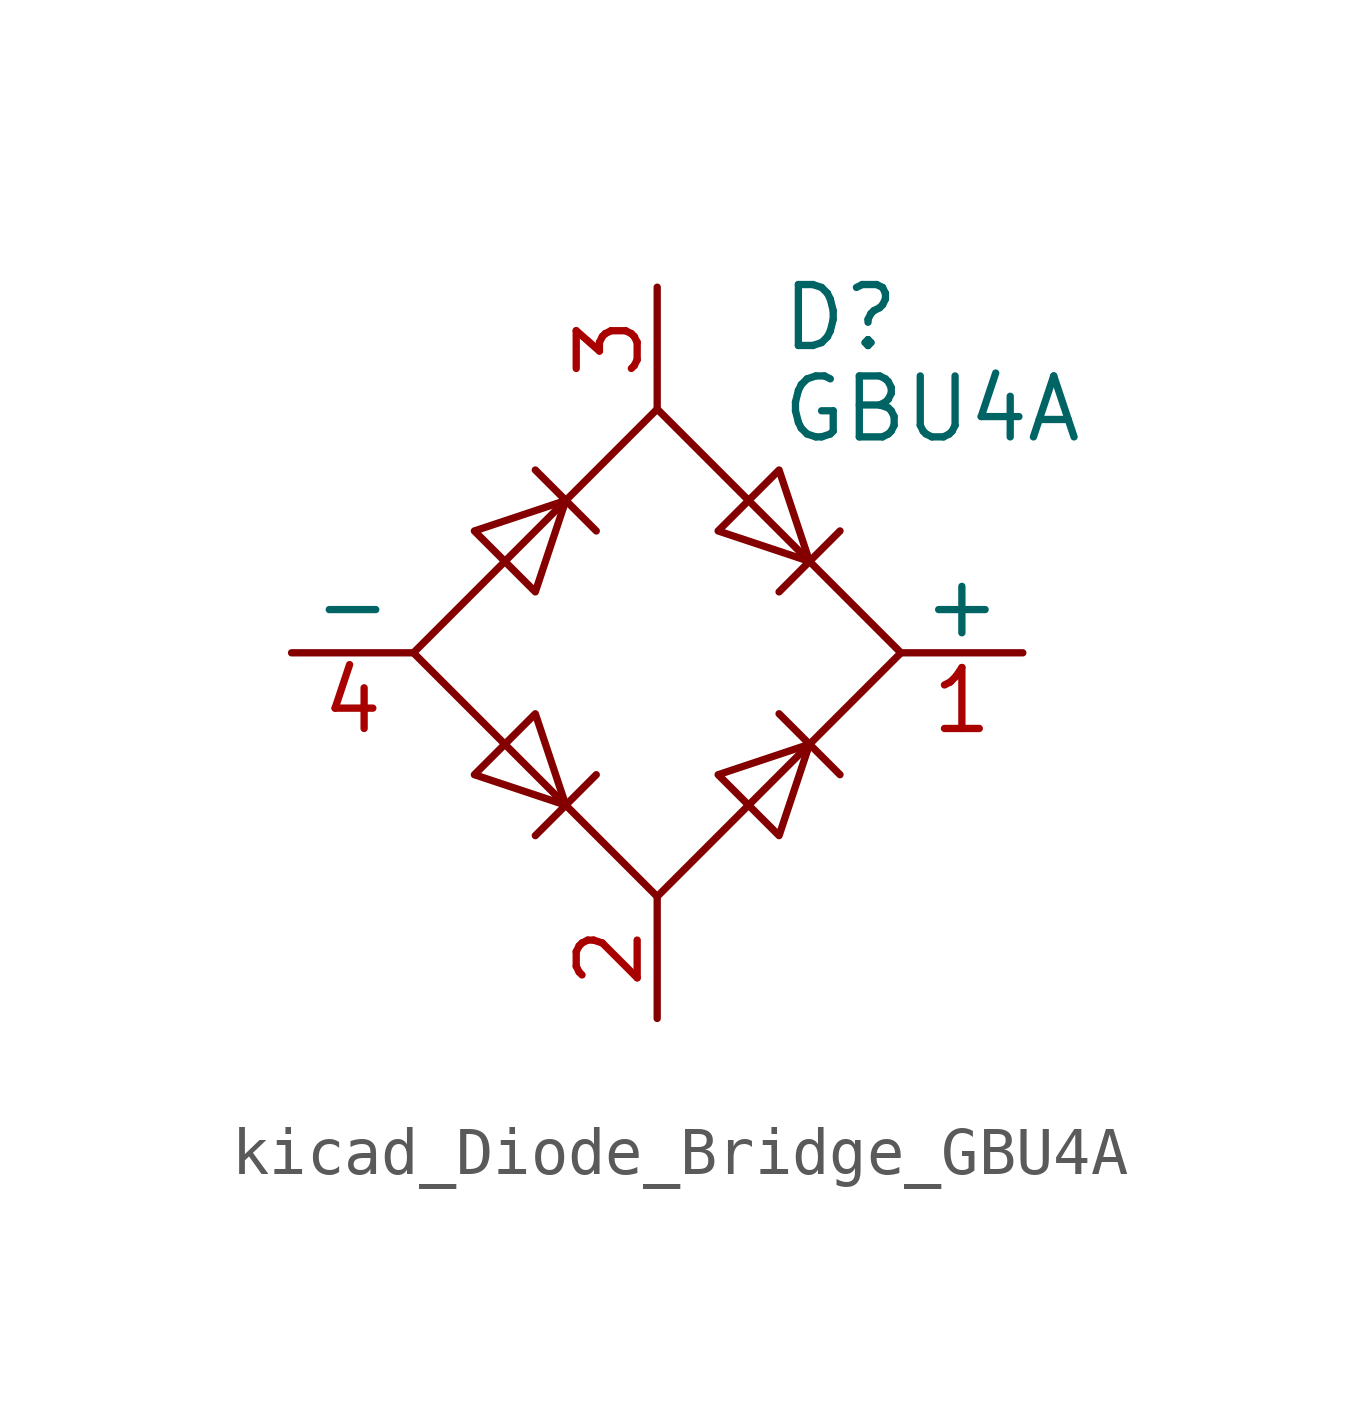
<source format=kicad_sym>
(kicad_symbol_lib
  (version 20220914)
  (generator kicad_symbol_editor)
  (symbol "kicad_Diode_Bridge_GBU4A"
    (pin_names
      (offset 0))
    (property "Reference" "D"
      (at 2.54 6.985 0)
      (effects (font (size 1.27 1.27)) (justify left)))
    (property "Value" "GBU4A"
      (at 2.54 5.08 0)
      (effects (font (size 1.27 1.27)) (justify left)))
    (symbol "kicad_Diode_Bridge_GBU4A_0_1"
      (polyline (pts (xy -2.54 3.81) (xy -1.27 2.54)) (stroke (width 0) (type default)) (fill (type none)))
      (polyline (pts (xy -1.27 -2.54) (xy -2.54 -3.81)) (stroke (width 0) (type default)) (fill (type none)))
      (polyline (pts (xy 2.54 -1.27) (xy 3.81 -2.54)) (stroke (width 0) (type default)) (fill (type none)))
      (polyline (pts (xy 2.54 1.27) (xy 3.81 2.54)) (stroke (width 0) (type default)) (fill (type none)))
      (polyline (pts (xy -3.81 2.54) (xy -2.54 1.27) (xy -1.905 3.175) (xy -3.81 2.54)) (stroke (width 0) (type default)) (fill (type none)))
      (polyline (pts (xy -2.54 -1.27) (xy -3.81 -2.54) (xy -1.905 -3.175) (xy -2.54 -1.27)) (stroke (width 0) (type default)) (fill (type none)))
      (polyline (pts (xy 1.27 2.54) (xy 2.54 3.81) (xy 3.175 1.905) (xy 1.27 2.54)) (stroke (width 0) (type default)) (fill (type none)))
      (polyline (pts (xy 3.175 -1.905) (xy 1.27 -2.54) (xy 2.54 -3.81) (xy 3.175 -1.905)) (stroke (width 0) (type default)) (fill (type none)))
      (polyline (pts (xy -5.08 0) (xy 0 -5.08) (xy 5.08 0) (xy 0 5.08) (xy -5.08 0)) (stroke (width 0) (type default)) (fill (type none))))
    (symbol "kicad_Diode_Bridge_GBU4A_1_1"
      (pin passive line (at 7.62 0 180) (length 2.54) (name "+" (effects (font (size 1.27 1.27)))) (number "1" (effects (font (size 1.27 1.27)))))
      (pin passive line (at 0 -7.62 90) (length 2.54) (name "~" (effects (font (size 1.27 1.27)))) (number "2" (effects (font (size 1.27 1.27)))))
      (pin passive line (at 0 7.62 270) (length 2.54) (name "~" (effects (font (size 1.27 1.27)))) (number "3" (effects (font (size 1.27 1.27)))))
      (pin passive line (at -7.62 0 0) (length 2.54) (name "-" (effects (font (size 1.27 1.27)))) (number "4" (effects (font (size 1.27 1.27))))))))
</source>
